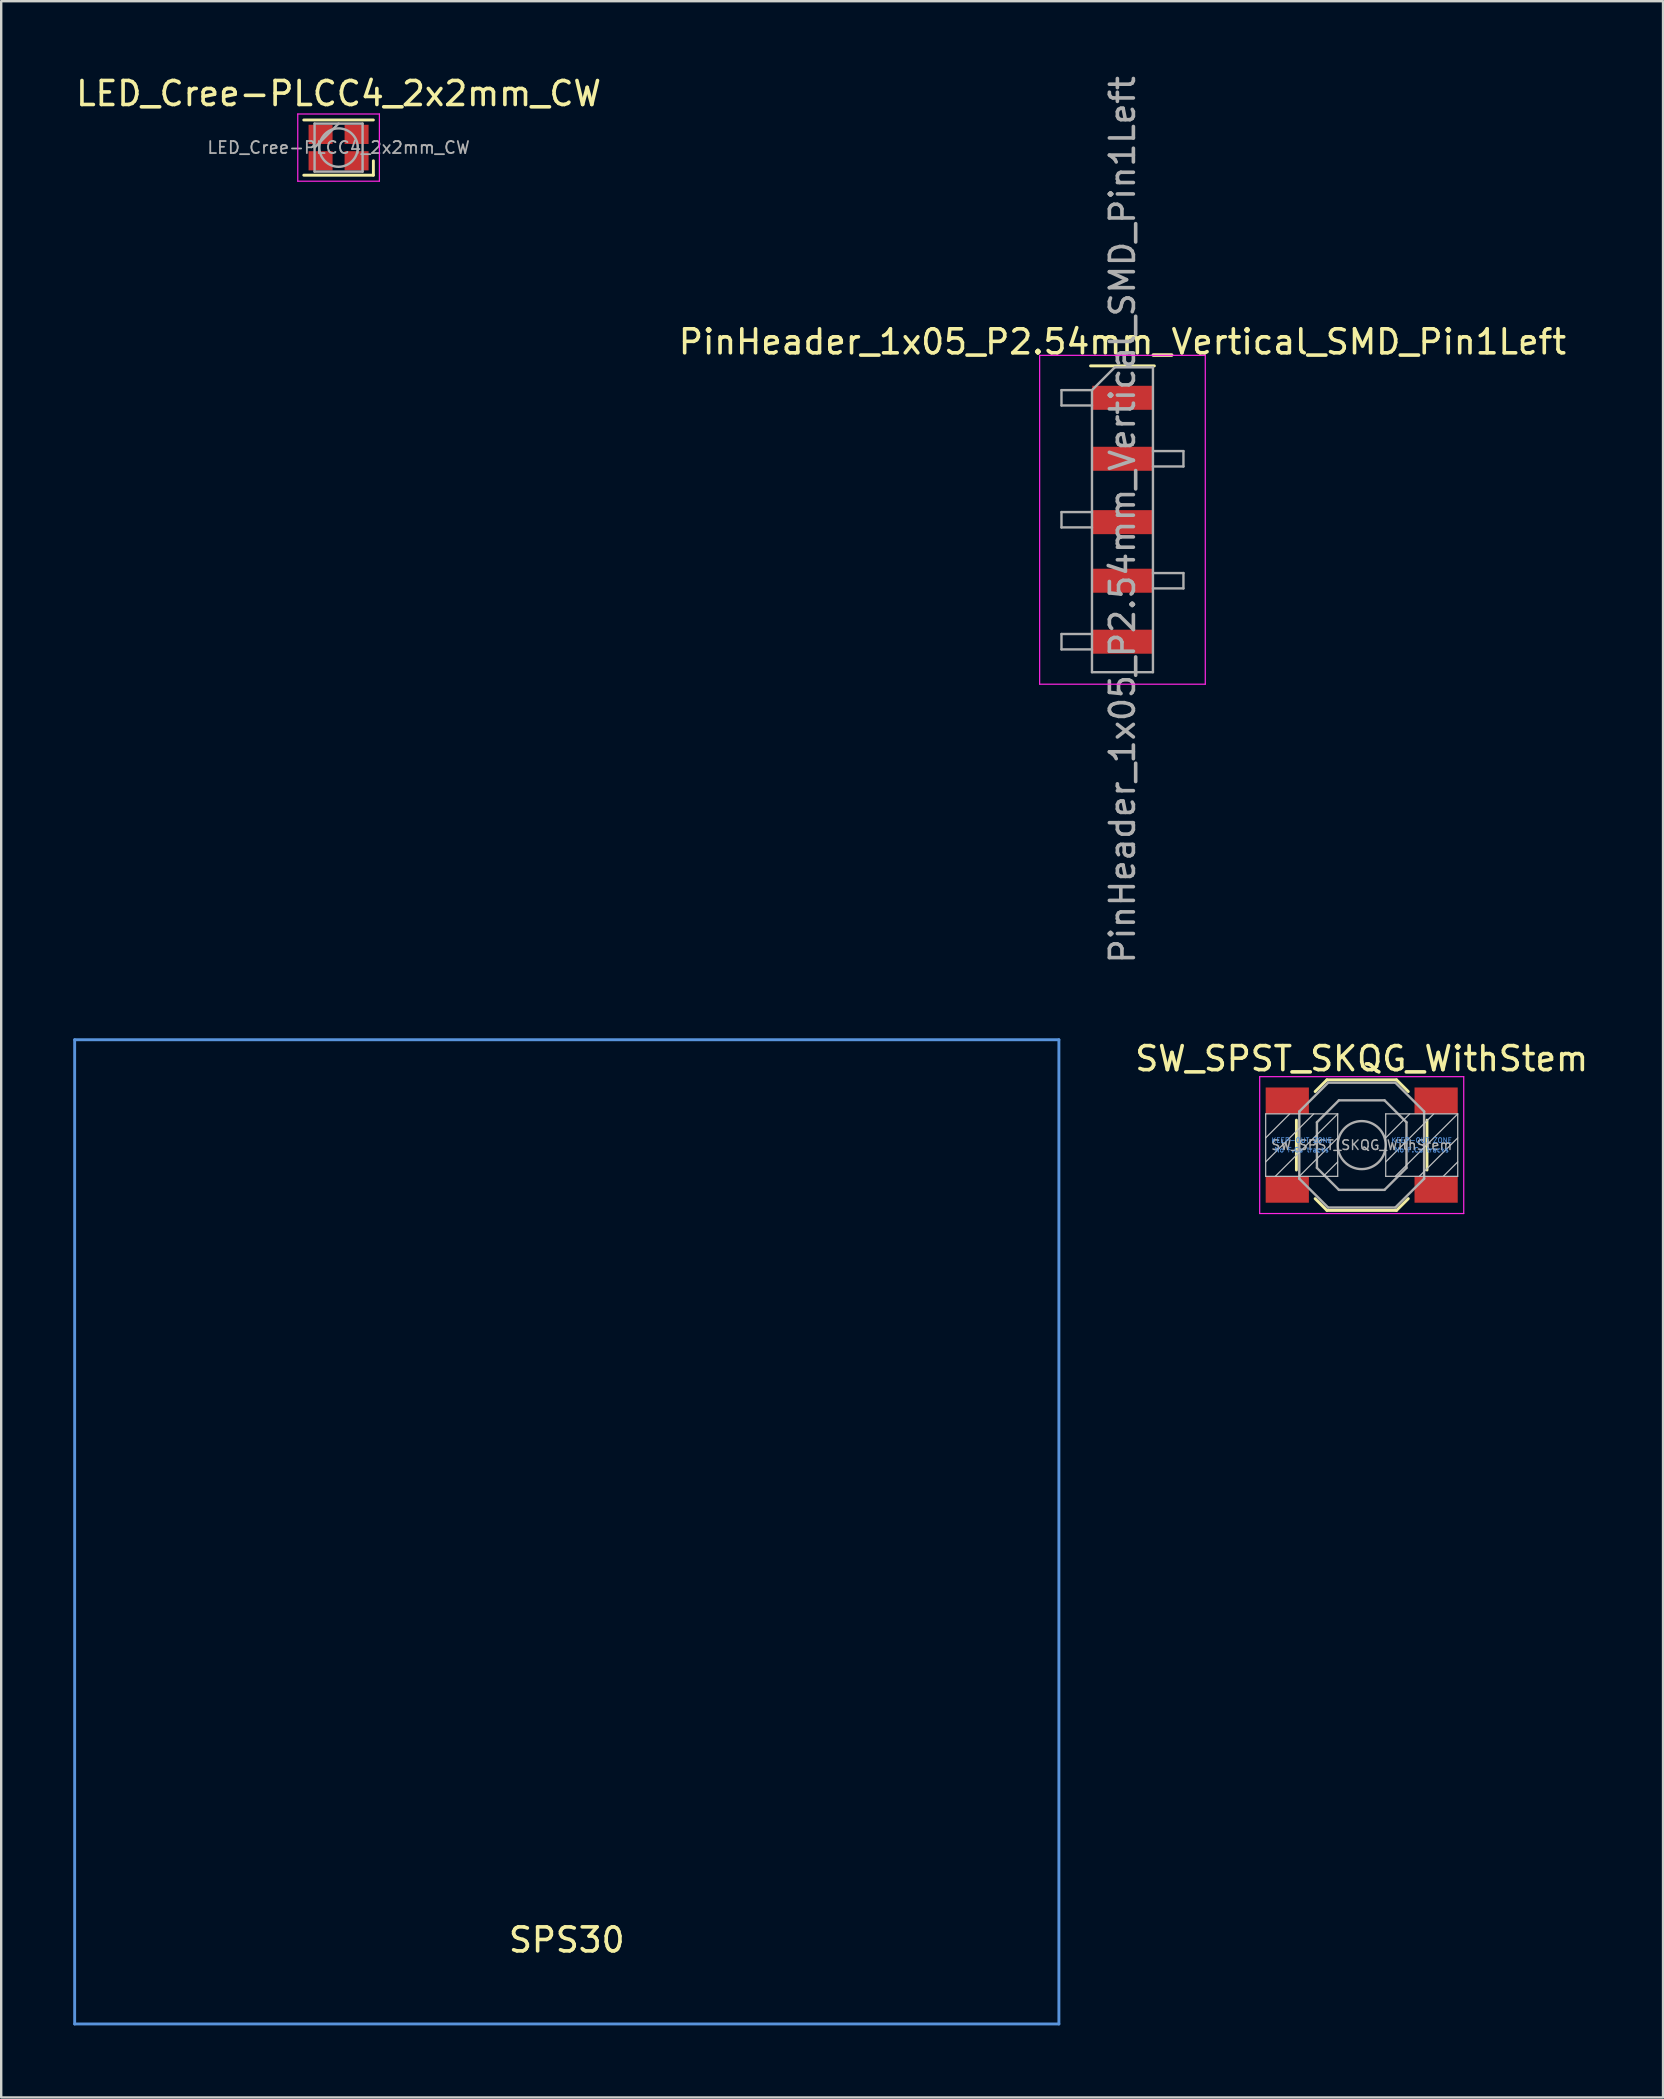
<source format=kicad_pcb>
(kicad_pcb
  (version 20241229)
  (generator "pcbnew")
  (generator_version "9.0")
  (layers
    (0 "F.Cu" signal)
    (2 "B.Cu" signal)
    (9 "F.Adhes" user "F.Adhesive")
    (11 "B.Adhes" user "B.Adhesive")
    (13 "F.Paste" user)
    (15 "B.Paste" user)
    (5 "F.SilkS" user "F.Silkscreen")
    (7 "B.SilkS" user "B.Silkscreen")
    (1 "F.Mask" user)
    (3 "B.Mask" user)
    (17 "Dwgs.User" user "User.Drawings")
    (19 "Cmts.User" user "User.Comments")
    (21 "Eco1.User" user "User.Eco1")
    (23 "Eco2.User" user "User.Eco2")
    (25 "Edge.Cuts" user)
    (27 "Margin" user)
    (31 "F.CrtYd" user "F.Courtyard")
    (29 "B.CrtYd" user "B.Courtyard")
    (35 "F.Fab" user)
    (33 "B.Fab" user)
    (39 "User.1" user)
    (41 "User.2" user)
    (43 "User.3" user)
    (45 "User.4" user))
  (footprint "LED_Cree-PLCC4_2x2mm_CW"
    (layer "F.Cu")
    (at 11.054 3.098)
    (property "Reference" "LED_Cree-PLCC4_2x2mm_CW" (at 0 -2.25 0) (layer "F.SilkS") (effects (font (size 1 1) (thickness 0.15))))
    (attr smd)
    (fp_line (start -1.45 -1.15) (end 1.45 -1.15) (stroke (width 0.12) (type solid)) (layer "F.SilkS"))
    (fp_line (start -1.45 1.15) (end 1.45 1.15) (stroke (width 0.12) (type solid)) (layer "F.SilkS"))
    (fp_line (start 1.45 1.15) (end 1.45 0.55) (stroke (width 0.12) (type solid)) (layer "F.SilkS"))
    (fp_line (start -1.7 -1.4) (end -1.7 1.4) (stroke (width 0.05) (type solid)) (layer "F.CrtYd"))
    (fp_line (start -1.7 1.4) (end 1.7 1.4) (stroke (width 0.05) (type solid)) (layer "F.CrtYd"))
    (fp_line (start 1.7 -1.4) (end -1.7 -1.4) (stroke (width 0.05) (type solid)) (layer "F.CrtYd"))
    (fp_line (start 1.7 1.4) (end 1.7 -1.4) (stroke (width 0.05) (type solid)) (layer "F.CrtYd"))
    (fp_line (start -1 -1) (end -1 1) (stroke (width 0.1) (type solid)) (layer "F.Fab"))
    (fp_line (start -1 1) (end 1 1) (stroke (width 0.1) (type solid)) (layer "F.Fab"))
    (fp_line (start 0 -1) (end -1 0) (stroke (width 0.1) (type solid)) (layer "F.Fab"))
    (fp_line (start 1 -1) (end -1 -1) (stroke (width 0.1) (type solid)) (layer "F.Fab"))
    (fp_line (start 1 1) (end 1 -1) (stroke (width 0.1) (type solid)) (layer "F.Fab"))
    (fp_circle (center 0 0) (end 0.8 0) (stroke (width 0.1) (type solid)) (fill no) (layer "F.Fab"))
    (fp_text user "${REFERENCE}" (at 0 0 0) (layer "F.Fab") (effects (font (size 0.5 0.5) (thickness 0.075))))
    (pad "1" smd rect (at 0.75 0.55) (size 1 0.8) (layers "F.Cu" "F.Mask" "F.Paste"))
    (pad "2" smd rect (at 0.75 -0.55) (size 1 0.8) (layers "F.Cu" "F.Mask" "F.Paste"))
    (pad "3" smd rect (at -0.75 -0.55) (size 1 0.8) (layers "F.Cu" "F.Mask" "F.Paste"))
    (pad "4" smd rect (at -0.75 0.55) (size 1 0.8) (layers "F.Cu" "F.Mask" "F.Paste")))
  (footprint "SW_SPST_SKQG_WithStem"
    (layer "F.Cu")
    (at 53.674 44.651)
    (property "Reference" "SW_SPST_SKQG_WithStem" (at 0 -3.6 0) (layer "F.SilkS") (effects (font (size 1 1) (thickness 0.15))))
    (attr smd)
    (fp_line (start -2.72 1.04) (end -2.72 -1.04) (stroke (width 0.12) (type solid)) (layer "F.SilkS"))
    (fp_line (start -1.45 -2.72) (end -1.94 -2.23) (stroke (width 0.12) (type solid)) (layer "F.SilkS"))
    (fp_line (start -1.45 -2.72) (end 1.45 -2.72) (stroke (width 0.12) (type solid)) (layer "F.SilkS"))
    (fp_line (start -1.45 2.72) (end -1.94 2.23) (stroke (width 0.12) (type solid)) (layer "F.SilkS"))
    (fp_line (start -1.45 2.72) (end 1.45 2.72) (stroke (width 0.12) (type solid)) (layer "F.SilkS"))
    (fp_line (start 1.45 -2.72) (end 1.94 -2.23) (stroke (width 0.12) (type solid)) (layer "F.SilkS"))
    (fp_line (start 1.45 2.72) (end 1.94 2.23) (stroke (width 0.12) (type solid)) (layer "F.SilkS"))
    (fp_line (start 2.72 1.04) (end 2.72 -1.04) (stroke (width 0.12) (type solid)) (layer "F.SilkS"))
    (fp_line (start -4 -1.3) (end -1 -1.3) (stroke (width 0.05) (type solid)) (layer "Dwgs.User"))
    (fp_line (start -4 -0.3) (end -3 -1.3) (stroke (width 0.05) (type solid)) (layer "Dwgs.User"))
    (fp_line (start -4 0.7) (end -2 -1.3) (stroke (width 0.05) (type solid)) (layer "Dwgs.User"))
    (fp_line (start -4 1.3) (end -4 -1.3) (stroke (width 0.05) (type solid)) (layer "Dwgs.User"))
    (fp_line (start -2.6 1.3) (end -1 -0.3) (stroke (width 0.05) (type solid)) (layer "Dwgs.User"))
    (fp_line (start -1 -1.3) (end -3.6 1.3) (stroke (width 0.05) (type solid)) (layer "Dwgs.User"))
    (fp_line (start -1 -1.3) (end -1 1.3) (stroke (width 0.05) (type solid)) (layer "Dwgs.User"))
    (fp_line (start -1 0.7) (end -1.6 1.3) (stroke (width 0.05) (type solid)) (layer "Dwgs.User"))
    (fp_line (start -1 1.3) (end -4 1.3) (stroke (width 0.05) (type solid)) (layer "Dwgs.User"))
    (fp_line (start 1 -1.3) (end 4 -1.3) (stroke (width 0.05) (type solid)) (layer "Dwgs.User"))
    (fp_line (start 1 -0.3) (end 2 -1.3) (stroke (width 0.05) (type solid)) (layer "Dwgs.User"))
    (fp_line (start 1 0.7) (end 3 -1.3) (stroke (width 0.05) (type solid)) (layer "Dwgs.User"))
    (fp_line (start 1 1.3) (end 1 -1.3) (stroke (width 0.05) (type solid)) (layer "Dwgs.User"))
    (fp_line (start 2.4 1.3) (end 4 -0.3) (stroke (width 0.05) (type solid)) (layer "Dwgs.User"))
    (fp_line (start 4 -1.3) (end 1.4 1.3) (stroke (width 0.05) (type solid)) (layer "Dwgs.User"))
    (fp_line (start 4 -1.3) (end 4 1.3) (stroke (width 0.05) (type solid)) (layer "Dwgs.User"))
    (fp_line (start 4 0.7) (end 3.4 1.3) (stroke (width 0.05) (type solid)) (layer "Dwgs.User"))
    (fp_line (start 4 1.3) (end 1 1.3) (stroke (width 0.05) (type solid)) (layer "Dwgs.User"))
    (fp_line (start -4.25 -2.85) (end -4.25 2.85) (stroke (width 0.05) (type solid)) (layer "F.CrtYd"))
    (fp_line (start -4.25 2.85) (end 4.25 2.85) (stroke (width 0.05) (type solid)) (layer "F.CrtYd"))
    (fp_line (start 4.25 -2.85) (end -4.25 -2.85) (stroke (width 0.05) (type solid)) (layer "F.CrtYd"))
    (fp_line (start 4.25 2.85) (end 4.25 -2.85) (stroke (width 0.05) (type solid)) (layer "F.CrtYd"))
    (fp_line (start -2.6 -1.4) (end -1.4 -2.6) (stroke (width 0.1) (type solid)) (layer "F.Fab"))
    (fp_line (start -2.6 1.4) (end -2.6 -1.4) (stroke (width 0.1) (type solid)) (layer "F.Fab"))
    (fp_line (start -1.865 0.95) (end -1.865 -0.95) (stroke (width 0.1) (type solid)) (layer "F.Fab"))
    (fp_line (start -1.4 -2.6) (end 1.4 -2.6) (stroke (width 0.1) (type solid)) (layer "F.Fab"))
    (fp_line (start -1.4 2.6) (end -2.6 1.4) (stroke (width 0.1) (type solid)) (layer "F.Fab"))
    (fp_line (start -0.95 -1.865) (end -1.865 -0.95) (stroke (width 0.1) (type solid)) (layer "F.Fab"))
    (fp_line (start -0.95 -1.865) (end 0.95 -1.865) (stroke (width 0.1) (type solid)) (layer "F.Fab"))
    (fp_line (start -0.95 1.865) (end -1.865 0.95) (stroke (width 0.1) (type solid)) (layer "F.Fab"))
    (fp_line (start 0.95 -1.865) (end 1.865 -0.95) (stroke (width 0.1) (type solid)) (layer "F.Fab"))
    (fp_line (start 0.95 1.865) (end -0.95 1.865) (stroke (width 0.1) (type solid)) (layer "F.Fab"))
    (fp_line (start 0.95 1.865) (end 1.865 0.95) (stroke (width 0.1) (type solid)) (layer "F.Fab"))
    (fp_line (start 1.4 -2.6) (end 2.6 -1.4) (stroke (width 0.1) (type solid)) (layer "F.Fab"))
    (fp_line (start 1.4 2.6) (end -1.4 2.6) (stroke (width 0.1) (type solid)) (layer "F.Fab"))
    (fp_line (start 1.865 -0.95) (end 1.865 0.95) (stroke (width 0.1) (type solid)) (layer "F.Fab"))
    (fp_line (start 2.6 -1.4) (end 2.6 1.4) (stroke (width 0.1) (type solid)) (layer "F.Fab"))
    (fp_line (start 2.6 1.4) (end 1.4 2.6) (stroke (width 0.1) (type solid)) (layer "F.Fab"))
    (fp_circle (center 0 0) (end 1 0) (stroke (width 0.1) (type solid)) (fill no) (layer "F.Fab"))
    (fp_text user "No F.Cu tracks" (at 2.5 0.2 0) (layer "Cmts.User") (effects (font (size 0.2 0.2) (thickness 0.03))))
    (fp_text user "No F.Cu tracks" (at -2.5 0.2 0) (layer "Cmts.User") (effects (font (size 0.2 0.2) (thickness 0.03))))
    (fp_text user "KEEP-OUT ZONE" (at -2.5 -0.2 0) (layer "Cmts.User") (effects (font (size 0.2 0.2) (thickness 0.03))))
    (fp_text user "KEEP-OUT ZONE" (at 2.5 -0.2 0) (layer "Cmts.User") (effects (font (size 0.2 0.2) (thickness 0.03))))
    (fp_text user "${REFERENCE}" (at 0 0 0) (layer "F.Fab") (effects (font (size 0.4 0.4) (thickness 0.06))))
    (pad "1" smd rect (at -3.1 -1.85) (size 1.8 1.1) (layers "F.Cu" "F.Mask" "F.Paste"))
    (pad "1" smd rect (at 3.1 -1.85) (size 1.8 1.1) (layers "F.Cu" "F.Mask" "F.Paste"))
    (pad "2" smd rect (at -3.1 1.85) (size 1.8 1.1) (layers "F.Cu" "F.Mask" "F.Paste"))
    (pad "2" smd rect (at 3.1 1.85) (size 1.8 1.1) (layers "F.Cu" "F.Mask" "F.Paste")))
  (footprint "SPS30"
    (layer "F.Cu")
    (at 20.56 60.762)
    (property "Reference" "SPS30" (at 0 17 0) (layer "F.SilkS") (effects (font (size 1 1) (thickness 0.15))))
    (attr smd)
    (fp_line (start -20.5 -20.5) (end -20.5 20.5) (stroke (width 0.12) (type solid)) (layer "Cmts.User"))
    (fp_line (start -20.5 20.5) (end 20.5 20.5) (stroke (width 0.12) (type solid)) (layer "Cmts.User"))
    (fp_line (start 20.5 -20.5) (end -20.5 -20.5) (stroke (width 0.12) (type solid)) (layer "Cmts.User"))
    (fp_line (start 20.5 20.5) (end 20.5 -20.5) (stroke (width 0.12) (type solid)) (layer "Cmts.User")))
  (footprint "PinHeader_1x05_P2.54mm_Vertical_SMD_Pin1Left"
    (layer "F.Cu")
    (at 43.708 18.601)
    (property "Reference" "PinHeader_1x05_P2.54mm_Vertical_SMD_Pin1Left" (at 0 -7.41 0) (layer "F.SilkS") (effects (font (size 1 1) (thickness 0.15))))
    (attr smd)
    (fp_line (start -1.33 -6.41) (end 1.33 -6.41) (stroke (width 0.12) (type solid)) (layer "F.SilkS"))
    (fp_line (start -3.45 -6.85) (end -3.45 6.85) (stroke (width 0.05) (type solid)) (layer "F.CrtYd"))
    (fp_line (start -3.45 6.85) (end 3.45 6.85) (stroke (width 0.05) (type solid)) (layer "F.CrtYd"))
    (fp_line (start 3.45 -6.85) (end -3.45 -6.85) (stroke (width 0.05) (type solid)) (layer "F.CrtYd"))
    (fp_line (start 3.45 6.85) (end 3.45 -6.85) (stroke (width 0.05) (type solid)) (layer "F.CrtYd"))
    (fp_line (start -2.54 -5.4) (end -2.54 -4.76) (stroke (width 0.1) (type solid)) (layer "F.Fab"))
    (fp_line (start -2.54 -4.76) (end -1.27 -4.76) (stroke (width 0.1) (type solid)) (layer "F.Fab"))
    (fp_line (start -2.54 -0.32) (end -2.54 0.32) (stroke (width 0.1) (type solid)) (layer "F.Fab"))
    (fp_line (start -2.54 0.32) (end -1.27 0.32) (stroke (width 0.1) (type solid)) (layer "F.Fab"))
    (fp_line (start -2.54 4.76) (end -2.54 5.4) (stroke (width 0.1) (type solid)) (layer "F.Fab"))
    (fp_line (start -2.54 5.4) (end -1.27 5.4) (stroke (width 0.1) (type solid)) (layer "F.Fab"))
    (fp_line (start -1.27 -5.4) (end -2.54 -5.4) (stroke (width 0.1) (type solid)) (layer "F.Fab"))
    (fp_line (start -1.27 -5.4) (end -0.32 -6.35) (stroke (width 0.1) (type solid)) (layer "F.Fab"))
    (fp_line (start -1.27 -0.32) (end -2.54 -0.32) (stroke (width 0.1) (type solid)) (layer "F.Fab"))
    (fp_line (start -1.27 4.76) (end -2.54 4.76) (stroke (width 0.1) (type solid)) (layer "F.Fab"))
    (fp_line (start -1.27 6.35) (end -1.27 -5.4) (stroke (width 0.1) (type solid)) (layer "F.Fab"))
    (fp_line (start -0.32 -6.35) (end 1.27 -6.35) (stroke (width 0.1) (type solid)) (layer "F.Fab"))
    (fp_line (start 1.27 -6.35) (end 1.27 6.35) (stroke (width 0.1) (type solid)) (layer "F.Fab"))
    (fp_line (start 1.27 -2.86) (end 2.54 -2.86) (stroke (width 0.1) (type solid)) (layer "F.Fab"))
    (fp_line (start 1.27 2.22) (end 2.54 2.22) (stroke (width 0.1) (type solid)) (layer "F.Fab"))
    (fp_line (start 1.27 6.35) (end -1.27 6.35) (stroke (width 0.1) (type solid)) (layer "F.Fab"))
    (fp_line (start 2.54 -2.86) (end 2.54 -2.22) (stroke (width 0.1) (type solid)) (layer "F.Fab"))
    (fp_line (start 2.54 -2.22) (end 1.27 -2.22) (stroke (width 0.1) (type solid)) (layer "F.Fab"))
    (fp_line (start 2.54 2.22) (end 2.54 2.86) (stroke (width 0.1) (type solid)) (layer "F.Fab"))
    (fp_line (start 2.54 2.86) (end 1.27 2.86) (stroke (width 0.1) (type solid)) (layer "F.Fab"))
    (fp_text user "${REFERENCE}" (at 0 0 90) (layer "F.Fab") (effects (font (size 1 1) (thickness 0.15))))
    (pad "1" smd rect (at 0 -5.08) (size 2.51 1) (layers "F.Cu" "F.Mask" "F.Paste"))
    (pad "2" smd rect (at 0 -2.54) (size 2.51 1) (layers "F.Cu" "F.Mask" "F.Paste"))
    (pad "3" smd rect (at 0 0.1) (size 2.51 1) (layers "F.Cu" "F.Mask" "F.Paste"))
    (pad "4" smd rect (at 0 2.54) (size 2.51 1) (layers "F.Cu" "F.Mask" "F.Paste"))
    (pad "5" smd rect (at 0 5.08) (size 2.51 1) (layers "F.Cu" "F.Mask" "F.Paste")))
  (gr_rect
    (start -3 -3)
    (end 66.227 84.322)
    (stroke (width 0.1) (type default))
    (fill no)
    (layer "Edge.Cuts")))
</source>
